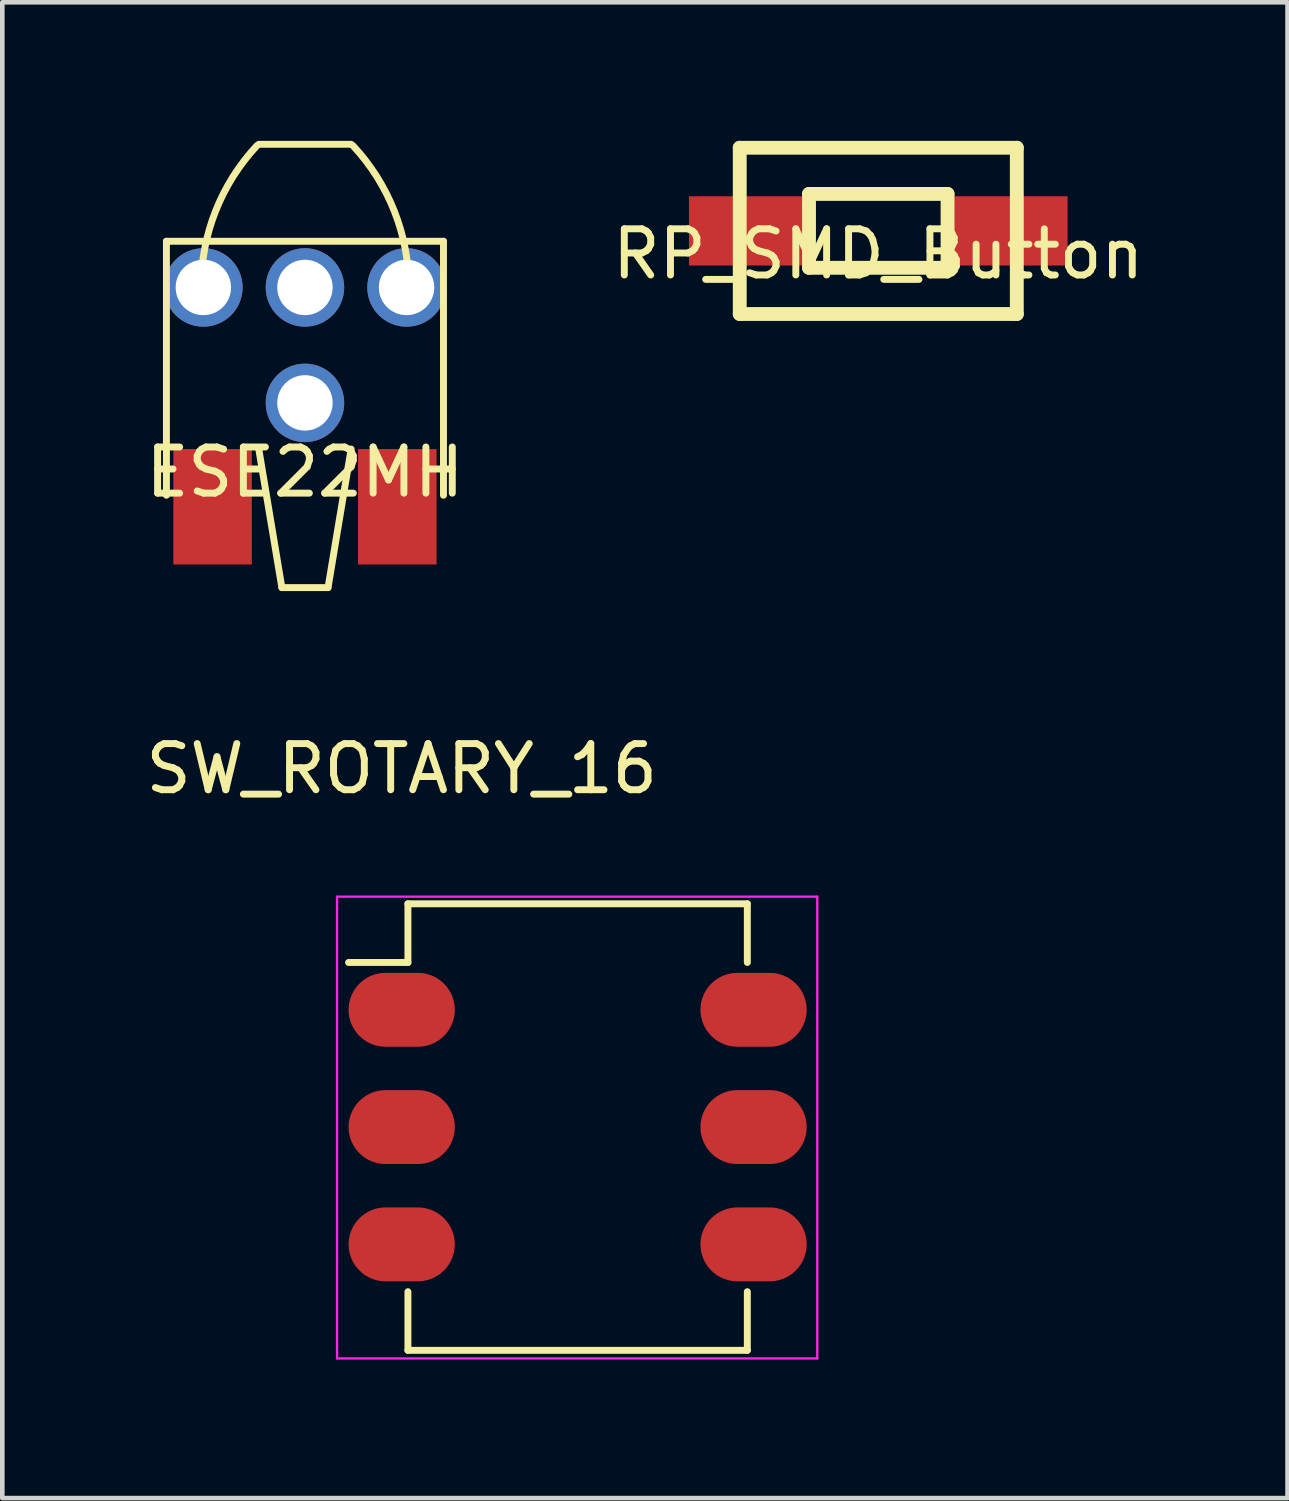
<source format=kicad_pcb>
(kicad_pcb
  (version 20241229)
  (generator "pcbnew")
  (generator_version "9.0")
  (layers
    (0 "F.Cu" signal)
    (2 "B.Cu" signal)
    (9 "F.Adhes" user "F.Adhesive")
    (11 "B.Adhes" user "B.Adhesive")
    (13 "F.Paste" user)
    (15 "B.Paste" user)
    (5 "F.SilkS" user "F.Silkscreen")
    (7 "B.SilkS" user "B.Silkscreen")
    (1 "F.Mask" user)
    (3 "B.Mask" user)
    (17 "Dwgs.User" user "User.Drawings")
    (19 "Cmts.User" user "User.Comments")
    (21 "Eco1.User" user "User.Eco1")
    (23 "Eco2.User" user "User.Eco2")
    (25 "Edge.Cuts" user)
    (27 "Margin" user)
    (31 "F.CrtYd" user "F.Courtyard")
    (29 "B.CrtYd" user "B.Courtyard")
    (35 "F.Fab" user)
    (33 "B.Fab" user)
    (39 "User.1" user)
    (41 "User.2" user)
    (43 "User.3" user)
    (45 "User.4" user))
  (footprint "ESE22MH"
    (layer "F.Cu")
    (at 3.554 6.675)
    (property "Reference" "ESE22MH" (at 0 0.5 0) (layer "F.SilkS") (effects (font (size 1 1) (thickness 0.15))))
    (attr through_hole)
    (fp_line (start -3 -4.5) (end -3 1) (stroke (width 0.15) (type solid)) (layer "F.SilkS"))
    (fp_line (start -3 -4.5) (end 3 -4.5) (stroke (width 0.15) (type solid)) (layer "F.SilkS"))
    (fp_line (start -1 -6.6) (end 1 -6.6) (stroke (width 0.15) (type solid)) (layer "F.SilkS"))
    (fp_line (start -1 0) (end -0.5 3) (stroke (width 0.15) (type solid)) (layer "F.SilkS"))
    (fp_line (start -0.5 3) (end 0.5 3) (stroke (width 0.15) (type solid)) (layer "F.SilkS"))
    (fp_line (start 0.5 3) (end 1 0) (stroke (width 0.15) (type solid)) (layer "F.SilkS"))
    (fp_line (start 3 1) (end 3 -4.5) (stroke (width 0.15) (type solid)) (layer "F.SilkS"))
    (fp_arc (start -2.25 -3.5) (mid -1.936879 -5.149256) (end -1.041092 -6.568993) (stroke (width 0.15) (type solid)) (layer "F.SilkS"))
    (fp_arc (start 1.041092 -6.568993) (mid 1.93688 -5.149256) (end 2.25 -3.5) (stroke (width 0.15) (type solid)) (layer "F.SilkS"))
    (pad "" np_thru_hole circle (at -2.2 -3.5) (size 1.7 1.7) (drill 1.2) (layers "*.Cu" "*.Mask"))
    (pad "" np_thru_hole circle (at 0 -3.5) (size 1.7 1.7) (drill 1.2) (layers "*.Cu" "*.Mask"))
    (pad "" np_thru_hole circle (at 0 -1) (size 1.7 1.7) (drill 1.2) (layers "*.Cu" "*.Mask"))
    (pad "" np_thru_hole circle (at 2.2 -3.5) (size 1.7 1.7) (drill 1.2) (layers "*.Cu" "*.Mask"))
    (pad "1" smd rect (at 2 1.25) (size 1.7 2.5) (layers "F.Cu" "F.Mask" "F.Paste"))
    (pad "2" smd rect (at -2 1.25) (size 1.7 2.5) (layers "F.Cu" "F.Mask" "F.Paste")))
  (footprint "RP_SMD_Button"
    (layer "F.Cu")
    (at 15.97 1.95)
    (property "Reference" "RP_SMD_Button" (at 0 0.5 0) (layer "F.SilkS") (effects (font (size 1 1) (thickness 0.15))))
    (attr through_hole)
    (fp_line (start -3 -1.8) (end -3 1.8) (stroke (width 0.3) (type solid)) (layer "F.SilkS"))
    (fp_line (start -3 1.8) (end 3 1.8) (stroke (width 0.3) (type solid)) (layer "F.SilkS"))
    (fp_line (start -1.5 -0.8) (end -1.5 0.8) (stroke (width 0.3) (type solid)) (layer "F.SilkS"))
    (fp_line (start -1.5 0.8) (end 1.5 0.8) (stroke (width 0.3) (type solid)) (layer "F.SilkS"))
    (fp_line (start 1.5 -0.8) (end -1.5 -0.8) (stroke (width 0.3) (type solid)) (layer "F.SilkS"))
    (fp_line (start 1.5 0.8) (end 1.5 -0.8) (stroke (width 0.3) (type solid)) (layer "F.SilkS"))
    (fp_line (start 3 -1.8) (end -3 -1.8) (stroke (width 0.3) (type solid)) (layer "F.SilkS"))
    (fp_line (start 3 1.8) (end 3 -1.8) (stroke (width 0.3) (type solid)) (layer "F.SilkS"))
    (pad "1" smd rect (at 2.8 0) (size 2.6 1.5) (layers "F.Cu" "F.Mask" "F.Paste"))
    (pad "2" smd rect (at -2.8 0) (size 2.6 1.5) (layers "F.Cu" "F.Mask" "F.Paste")))
  (footprint "SW_ROTARY_16"
    (layer "F.Cu")
    (at 5.649 18.818)
    (property "Reference" "SW_ROTARY_16" (at 0 -5.22 0) (layer "F.SilkS") (effects (font (size 1 1) (thickness 0.15))))
    (attr through_hole)
    (fp_line (start 0.135 -2.295) (end 0.135 -1.025) (stroke (width 0.15) (type solid)) (layer "F.SilkS"))
    (fp_line (start 0.135 -2.295) (end 7.485 -2.295) (stroke (width 0.15) (type solid)) (layer "F.SilkS"))
    (fp_line (start 0.135 -1.025) (end -1.15 -1.025) (stroke (width 0.15) (type solid)) (layer "F.SilkS"))
    (fp_line (start 0.135 7.375) (end 0.135 6.105) (stroke (width 0.15) (type solid)) (layer "F.SilkS"))
    (fp_line (start 0.135 7.375) (end 7.485 7.375) (stroke (width 0.15) (type solid)) (layer "F.SilkS"))
    (fp_line (start 7.485 -2.295) (end 7.485 -1.025) (stroke (width 0.15) (type solid)) (layer "F.SilkS"))
    (fp_line (start 7.485 7.375) (end 7.485 6.105) (stroke (width 0.15) (type solid)) (layer "F.SilkS"))
    (fp_line (start -1.4 -2.45) (end -1.4 7.55) (stroke (width 0.05) (type solid)) (layer "F.CrtYd"))
    (fp_line (start -1.4 -2.45) (end 9 -2.45) (stroke (width 0.05) (type solid)) (layer "F.CrtYd"))
    (fp_line (start -1.4 7.55) (end 9 7.55) (stroke (width 0.05) (type solid)) (layer "F.CrtYd"))
    (fp_line (start 9 -2.45) (end 9 7.55) (stroke (width 0.05) (type solid)) (layer "F.CrtYd"))
    (pad "1" smd oval (at 0 0) (size 2.3 1.6) (layers "F.Cu" "F.Mask" "F.Paste"))
    (pad "2" smd oval (at 0 2.54) (size 2.3 1.6) (layers "F.Cu" "F.Mask" "F.Paste"))
    (pad "3" smd oval (at 0 5.08) (size 2.3 1.6) (layers "F.Cu" "F.Mask" "F.Paste"))
    (pad "4" smd oval (at 7.62 5.08) (size 2.3 1.6) (layers "F.Cu" "F.Mask" "F.Paste"))
    (pad "5" smd oval (at 7.62 2.54) (size 2.3 1.6) (layers "F.Cu" "F.Mask" "F.Paste"))
    (pad "6" smd oval (at 7.62 0) (size 2.3 1.6) (layers "F.Cu" "F.Mask" "F.Paste")))
  (gr_rect
    (start -3 -3)
    (end 24.833 29.393)
    (stroke (width 0.1) (type default))
    (fill no)
    (layer "Edge.Cuts")))
</source>
